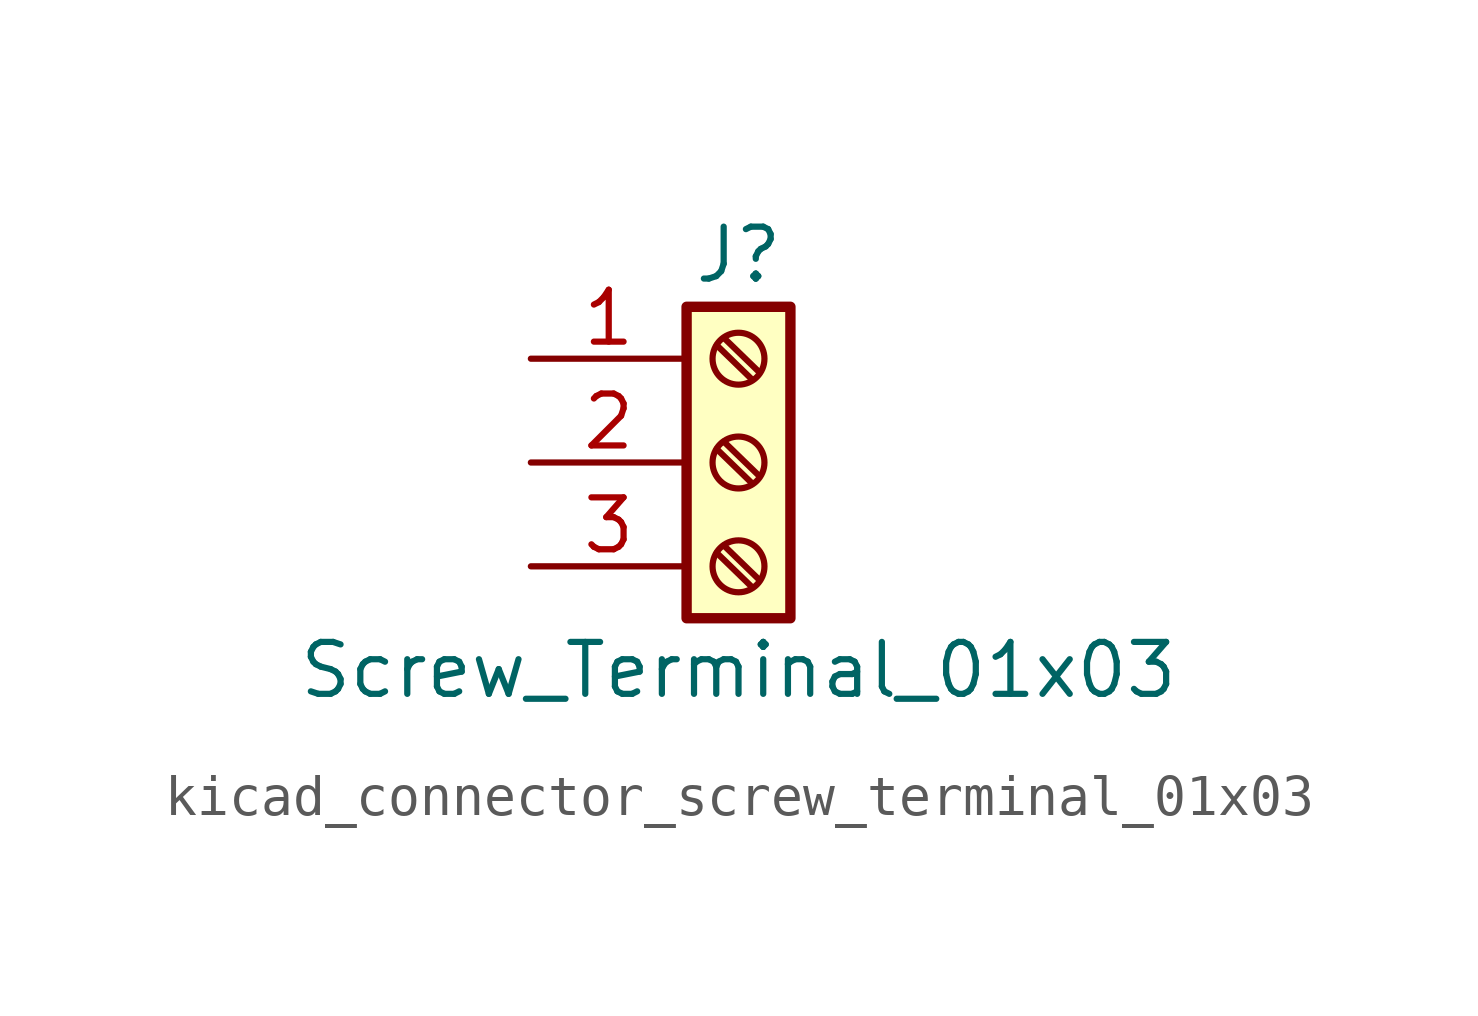
<source format=kicad_sym>
(kicad_symbol_lib
  (version 20220914)
  (generator kicad_symbol_editor)
  (symbol "kicad_connector_screw_terminal_01x03"
    (pin_names
      (offset 1.016) hide)
    (property "Reference" "J"
      (at 0 5.08 0)
      (effects (font (size 1.27 1.27))))
    (property "Value" "Screw_Terminal_01x03"
      (at 0 -5.08 0)
      (effects (font (size 1.27 1.27))))
    (symbol "kicad_connector_screw_terminal_01x03_1_1"
      (rectangle (start -1.27 3.81) (end 1.27 -3.81) (stroke (width 0.254) (type default)) (fill (type background)))
      (circle (center 0 -2.54) (radius 0.635) (stroke (width 0.152) (type default)) (fill (type none)))
      (polyline (pts (xy -0.533 -2.21) (xy 0.33 -3.048)) (stroke (width 0.152) (type default)) (fill (type none)))
      (polyline (pts (xy -0.533 0.33) (xy 0.33 -0.508)) (stroke (width 0.152) (type default)) (fill (type none)))
      (polyline (pts (xy -0.533 2.87) (xy 0.33 2.032)) (stroke (width 0.152) (type default)) (fill (type none)))
      (polyline (pts (xy -0.356 -2.032) (xy 0.508 -2.87)) (stroke (width 0.152) (type default)) (fill (type none)))
      (polyline (pts (xy -0.356 0.508) (xy 0.508 -0.33)) (stroke (width 0.152) (type default)) (fill (type none)))
      (polyline (pts (xy -0.356 3.048) (xy 0.508 2.21)) (stroke (width 0.152) (type default)) (fill (type none)))
      (circle (center 0 0) (radius 0.635) (stroke (width 0.152) (type default)) (fill (type none)))
      (circle (center 0 2.54) (radius 0.635) (stroke (width 0.152) (type default)) (fill (type none)))
      (pin passive line (at -5.08 2.54 0) (length 3.81) (name "Pin_1" (effects (font (size 1.27 1.27)))) (number "1" (effects (font (size 1.27 1.27)))))
      (pin passive line (at -5.08 0 0) (length 3.81) (name "Pin_2" (effects (font (size 1.27 1.27)))) (number "2" (effects (font (size 1.27 1.27)))))
      (pin passive line (at -5.08 -2.54 0) (length 3.81) (name "Pin_3" (effects (font (size 1.27 1.27)))) (number "3" (effects (font (size 1.27 1.27))))))))
</source>
